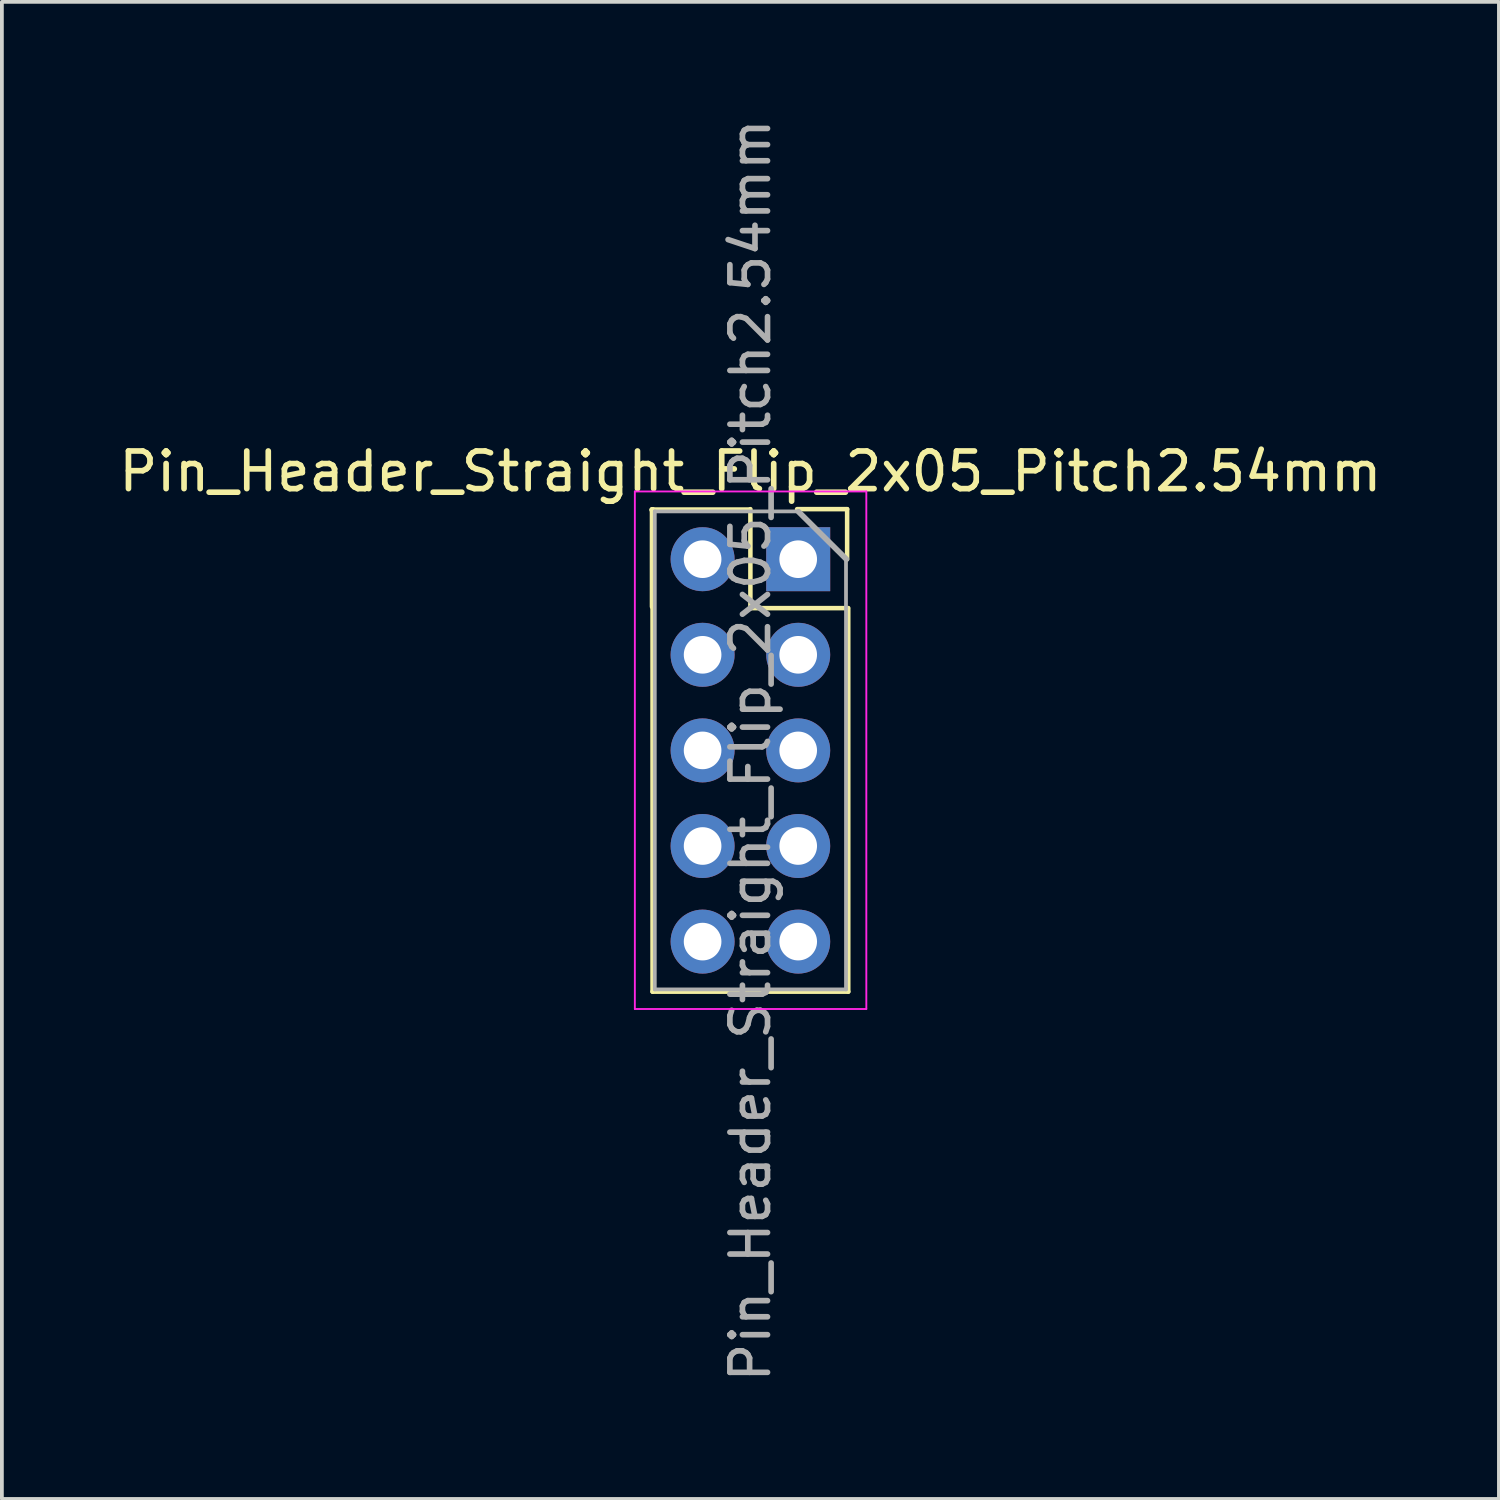
<source format=kicad_pcb>
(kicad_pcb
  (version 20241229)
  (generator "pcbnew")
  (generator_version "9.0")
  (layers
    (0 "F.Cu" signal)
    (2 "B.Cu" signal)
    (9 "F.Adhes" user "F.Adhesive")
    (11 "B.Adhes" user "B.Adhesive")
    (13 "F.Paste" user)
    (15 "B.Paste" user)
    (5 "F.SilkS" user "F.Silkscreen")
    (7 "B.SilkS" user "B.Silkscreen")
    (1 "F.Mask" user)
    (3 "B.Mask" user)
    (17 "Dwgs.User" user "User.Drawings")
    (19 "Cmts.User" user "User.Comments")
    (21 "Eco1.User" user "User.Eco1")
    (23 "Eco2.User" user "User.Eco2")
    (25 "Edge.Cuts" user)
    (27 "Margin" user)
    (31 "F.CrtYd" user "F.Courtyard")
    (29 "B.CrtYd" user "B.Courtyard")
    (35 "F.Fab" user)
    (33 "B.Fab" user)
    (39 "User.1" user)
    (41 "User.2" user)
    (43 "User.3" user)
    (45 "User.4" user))
  (footprint "Pin_Header_Straight_Flip_2x05_Pitch2.54mm"
    (layer "F.Cu")
    (at 15.617 11.807)
    (property "Reference" "Pin_Header_Straight_Flip_2x05_Pitch2.54mm" (at 1.27 -2.33 0) (layer "F.SilkS") (effects (font (size 1 1) (thickness 0.15))))
    (attr through_hole)
    (fp_line (start -1.35 -1.32) (end 1.25 -1.32) (stroke (width 0.12) (type solid)) (layer "F.SilkS"))
    (fp_line (start -1.33 -1.31) (end -1.34 -1.31) (stroke (width 0.15) (type solid)) (layer "F.SilkS"))
    (fp_line (start -1.33 1.26) (end -1.33 -1.31) (stroke (width 0.15) (type solid)) (layer "F.SilkS"))
    (fp_line (start -1.33 1.27) (end -1.33 11.49) (stroke (width 0.12) (type solid)) (layer "F.SilkS"))
    (fp_line (start -1.33 11.49) (end 3.87 11.49) (stroke (width 0.12) (type solid)) (layer "F.SilkS"))
    (fp_line (start 1.26 1.3) (end 3.86 1.3) (stroke (width 0.12) (type solid)) (layer "F.SilkS"))
    (fp_line (start 1.27 1.27) (end 1.27 -1.33) (stroke (width 0.12) (type solid)) (layer "F.SilkS"))
    (fp_line (start 2.51 -1.33) (end 3.84 -1.33) (stroke (width 0.12) (type solid)) (layer "F.SilkS"))
    (fp_line (start 3.84 0) (end 3.84 -1.33) (stroke (width 0.12) (type solid)) (layer "F.SilkS"))
    (fp_line (start 3.87 1.3) (end 3.87 11.49) (stroke (width 0.12) (type solid)) (layer "F.SilkS"))
    (fp_line (start -1.8 -1.8) (end -1.8 11.95) (stroke (width 0.05) (type solid)) (layer "F.CrtYd"))
    (fp_line (start -1.8 11.95) (end 4.35 11.95) (stroke (width 0.05) (type solid)) (layer "F.CrtYd"))
    (fp_line (start 4.35 -1.8) (end -1.8 -1.8) (stroke (width 0.05) (type solid)) (layer "F.CrtYd"))
    (fp_line (start 4.35 11.95) (end 4.35 -1.8) (stroke (width 0.05) (type solid)) (layer "F.CrtYd"))
    (fp_line (start -1.27 -1.27) (end 2.54 -1.27) (stroke (width 0.1) (type solid)) (layer "F.Fab"))
    (fp_line (start -1.27 11.43) (end -1.27 -1.27) (stroke (width 0.1) (type solid)) (layer "F.Fab"))
    (fp_line (start 2.55 -1.26) (end 3.82 0) (stroke (width 0.15) (type solid)) (layer "F.Fab"))
    (fp_line (start 3.81 0) (end 3.81 11.43) (stroke (width 0.1) (type solid)) (layer "F.Fab"))
    (fp_line (start 3.81 11.43) (end -1.27 11.43) (stroke (width 0.1) (type solid)) (layer "F.Fab"))
    (fp_text user "${REFERENCE}" (at 1.27 5.08 90) (layer "F.Fab") (effects (font (size 1 1) (thickness 0.15))))
    (pad "1" thru_hole rect (at 2.54 0) (size 1.7 1.7) (drill 1) (layers "*.Cu" "*.Mask"))
    (pad "2" thru_hole oval (at 0 0) (size 1.7 1.7) (drill 1) (layers "*.Cu" "*.Mask"))
    (pad "3" thru_hole oval (at 2.54 2.54) (size 1.7 1.7) (drill 1) (layers "*.Cu" "*.Mask"))
    (pad "4" thru_hole oval (at 0 2.54) (size 1.7 1.7) (drill 1) (layers "*.Cu" "*.Mask"))
    (pad "5" thru_hole oval (at 2.54 5.08) (size 1.7 1.7) (drill 1) (layers "*.Cu" "*.Mask"))
    (pad "6" thru_hole oval (at 0 5.08) (size 1.7 1.7) (drill 1) (layers "*.Cu" "*.Mask"))
    (pad "7" thru_hole oval (at 2.54 7.62) (size 1.7 1.7) (drill 1) (layers "*.Cu" "*.Mask"))
    (pad "8" thru_hole oval (at 0 7.62) (size 1.7 1.7) (drill 1) (layers "*.Cu" "*.Mask"))
    (pad "9" thru_hole oval (at 2.54 10.16) (size 1.7 1.7) (drill 1) (layers "*.Cu" "*.Mask"))
    (pad "10" thru_hole oval (at 0 10.16) (size 1.7 1.7) (drill 1) (layers "*.Cu" "*.Mask")))
  (gr_rect
    (start -3 -3)
    (end 36.774 36.774)
    (stroke (width 0.1) (type default))
    (fill no)
    (layer "Edge.Cuts")))
</source>
